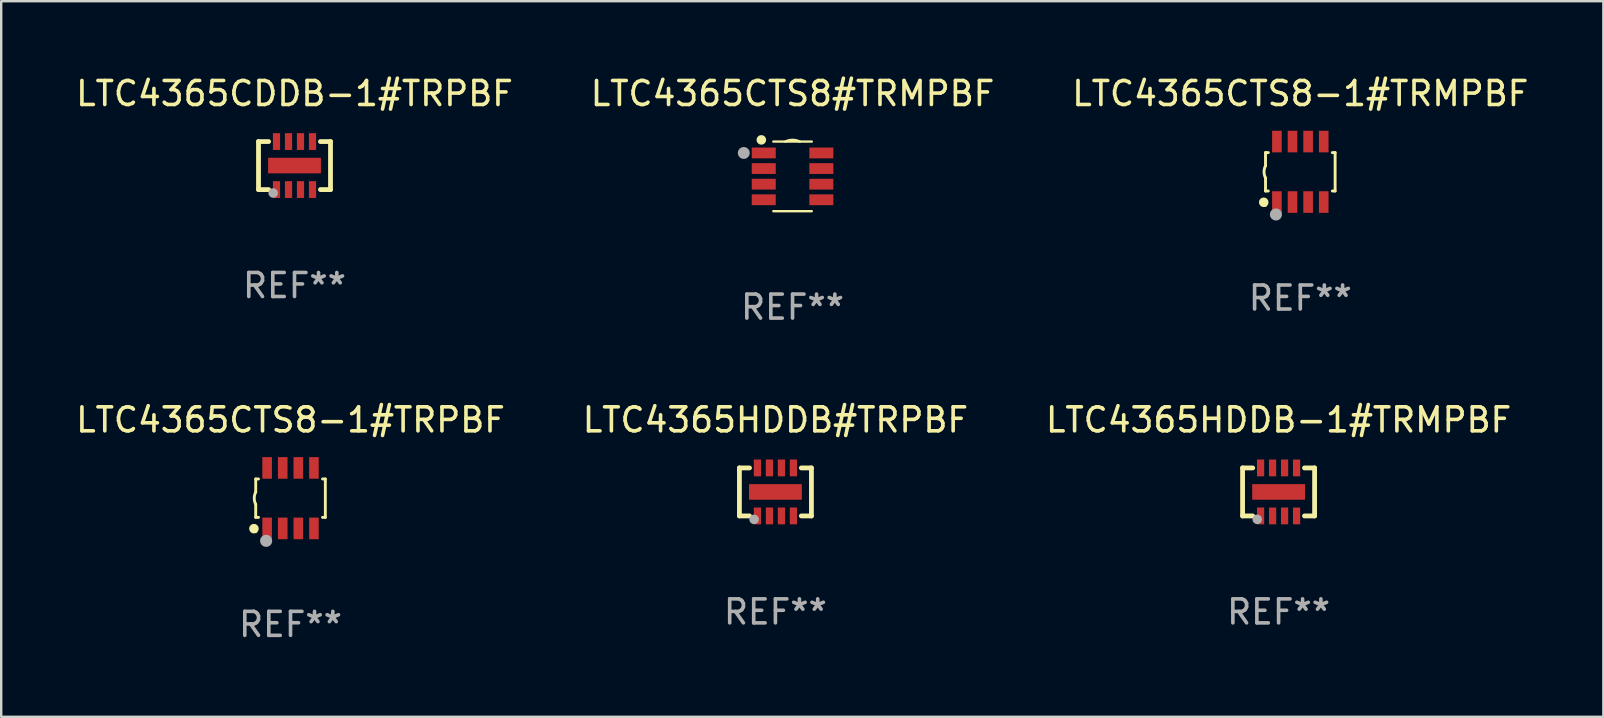
<source format=kicad_pcb>
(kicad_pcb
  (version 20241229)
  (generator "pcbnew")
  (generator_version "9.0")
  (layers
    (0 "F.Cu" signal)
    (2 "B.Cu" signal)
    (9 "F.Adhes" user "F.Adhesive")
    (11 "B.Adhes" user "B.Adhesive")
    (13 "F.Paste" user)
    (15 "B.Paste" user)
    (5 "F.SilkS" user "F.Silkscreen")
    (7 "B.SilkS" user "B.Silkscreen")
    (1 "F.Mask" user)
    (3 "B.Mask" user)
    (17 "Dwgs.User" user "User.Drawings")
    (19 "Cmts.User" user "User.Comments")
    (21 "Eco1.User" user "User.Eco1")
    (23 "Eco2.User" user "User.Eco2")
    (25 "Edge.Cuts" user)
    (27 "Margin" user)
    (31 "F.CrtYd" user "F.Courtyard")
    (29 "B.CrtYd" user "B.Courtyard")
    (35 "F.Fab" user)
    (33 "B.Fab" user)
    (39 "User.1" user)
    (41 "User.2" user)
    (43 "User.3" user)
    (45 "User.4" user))
  (footprint "LTC4365HDDB#TRPBF"
    (layer "F.Cu")
    (at 29.256 17.445)
    (property "Reference" "LTC4365HDDB#TRPBF" (at 0 -3 0) (layer "F.SilkS") (effects (font (size 1 1) (thickness 0.15))))
    (attr through_hole)
    (fp_line (start -1.5 1) (end -1.5 -1) (stroke (width 0.2) (type solid)) (layer "F.SilkS"))
    (fp_line (start -1.5 1) (end -1.079 1) (stroke (width 0.2) (type solid)) (layer "F.SilkS"))
    (fp_line (start -1.079 -1) (end -1.5 -1) (stroke (width 0.2) (type solid)) (layer "F.SilkS"))
    (fp_line (start 1.079 1) (end 1.5 1) (stroke (width 0.2) (type solid)) (layer "F.SilkS"))
    (fp_line (start 1.5 -1) (end 1.079 -1) (stroke (width 0.2) (type solid)) (layer "F.SilkS"))
    (fp_line (start 1.5 1) (end 1.5 -1) (stroke (width 0.2) (type solid)) (layer "F.SilkS"))
    (fp_circle (center -1.5 1) (end -1.47 1) (stroke (width 0.06) (type solid)) (fill no) (layer "F.SilkS"))
    (fp_circle (center -0.889 1.143) (end -0.789 1.143) (stroke (width 0.2) (type solid)) (fill no) (layer "F.Fab"))
    (fp_text user "REF**" (at 0 5 0) (layer "F.Fab") (effects (font (size 1 1) (thickness 0.15))))
    (pad "1" smd rect (at -0.75 1 90) (size 0.7 0.3) (layers "F.Cu" "F.Mask" "F.Paste"))
    (pad "2" smd rect (at -0.249 1 90) (size 0.7 0.3) (layers "F.Cu" "F.Mask" "F.Paste"))
    (pad "3" smd rect (at 0.25 1 90) (size 0.7 0.3) (layers "F.Cu" "F.Mask" "F.Paste"))
    (pad "4" smd rect (at 0.75 1 90) (size 0.7 0.3) (layers "F.Cu" "F.Mask" "F.Paste"))
    (pad "5" smd rect (at 0.75 -1 90) (size 0.7 0.3) (layers "F.Cu" "F.Mask" "F.Paste"))
    (pad "6" smd rect (at 0.25 -1 90) (size 0.7 0.3) (layers "F.Cu" "F.Mask" "F.Paste"))
    (pad "7" smd rect (at -0.25 -1 90) (size 0.7 0.3) (layers "F.Cu" "F.Mask" "F.Paste"))
    (pad "8" smd rect (at -0.75 -1 90) (size 0.7 0.3) (layers "F.Cu" "F.Mask" "F.Paste"))
    (pad "9" smd rect (at 0 0 180) (size 2.2 0.65) (layers "F.Cu" "F.Mask" "F.Paste")))
  (footprint "LTC4365CTS8-1#TRMPBF"
    (layer "F.Cu")
    (at 51.125 4.108)
    (property "Reference" "LTC4365CTS8-1#TRMPBF" (at 0 -3.26 0) (layer "F.SilkS") (effects (font (size 1 1) (thickness 0.15))))
    (attr through_hole)
    (fp_line (start -1.45 -0.8) (end -1.45 -0.254) (stroke (width 0.12) (type solid)) (layer "F.SilkS"))
    (fp_line (start -1.45 -0.8) (end -1.334 -0.8) (stroke (width 0.12) (type solid)) (layer "F.SilkS"))
    (fp_line (start -1.45 0.8) (end -1.45 0.254) (stroke (width 0.12) (type solid)) (layer "F.SilkS"))
    (fp_line (start -1.45 0.8) (end -1.334 0.8) (stroke (width 0.12) (type solid)) (layer "F.SilkS"))
    (fp_line (start 1.334 -0.8) (end 1.45 -0.8) (stroke (width 0.12) (type solid)) (layer "F.SilkS"))
    (fp_line (start 1.334 0.8) (end 1.45 0.8) (stroke (width 0.12) (type solid)) (layer "F.SilkS"))
    (fp_line (start 1.45 0.8) (end 1.45 -0.8) (stroke (width 0.12) (type solid)) (layer "F.SilkS"))
    (fp_arc (start -1.45075 0.255144) (mid -1.510605 0.000434) (end -1.450013 -0.254102) (stroke (width 0.11999) (type solid)) (layer "F.SilkS"))
    (fp_circle (center -1.524 1.27) (end -1.424 1.27) (stroke (width 0.2) (type solid)) (fill no) (layer "F.SilkS"))
    (fp_circle (center -1.45 1.4) (end -1.42 1.4) (stroke (width 0.06) (type solid)) (fill no) (layer "F.SilkS"))
    (fp_circle (center -1.016 1.778) (end -0.889 1.778) (stroke (width 0.254) (type solid)) (fill no) (layer "F.Fab"))
    (fp_text user "REF**" (at 0 5.26 0) (layer "F.Fab") (effects (font (size 1 1) (thickness 0.15))))
    (pad "1" smd rect (at -0.975 1.26) (size 0.4 0.9) (layers "F.Cu" "F.Mask" "F.Paste"))
    (pad "2" smd rect (at -0.325 1.26) (size 0.4 0.9) (layers "F.Cu" "F.Mask" "F.Paste"))
    (pad "3" smd rect (at 0.325 1.26) (size 0.4 0.9) (layers "F.Cu" "F.Mask" "F.Paste"))
    (pad "4" smd rect (at 0.975 1.26) (size 0.4 0.9) (layers "F.Cu" "F.Mask" "F.Paste"))
    (pad "5" smd rect (at 0.975 -1.26) (size 0.4 0.9) (layers "F.Cu" "F.Mask" "F.Paste"))
    (pad "6" smd rect (at 0.325 -1.26) (size 0.4 0.9) (layers "F.Cu" "F.Mask" "F.Paste"))
    (pad "7" smd rect (at -0.325 -1.26) (size 0.4 0.9) (layers "F.Cu" "F.Mask" "F.Paste"))
    (pad "8" smd rect (at -0.975 -1.26) (size 0.4 0.9) (layers "F.Cu" "F.Mask" "F.Paste")))
  (footprint "LTC4365CTS8-1#TRPBF"
    (layer "F.Cu")
    (at 9.054 17.705)
    (property "Reference" "LTC4365CTS8-1#TRPBF" (at 0 -3.26 0) (layer "F.SilkS") (effects (font (size 1 1) (thickness 0.15))))
    (attr through_hole)
    (fp_line (start -1.45 -0.8) (end -1.45 -0.254) (stroke (width 0.12) (type solid)) (layer "F.SilkS"))
    (fp_line (start -1.45 -0.8) (end -1.334 -0.8) (stroke (width 0.12) (type solid)) (layer "F.SilkS"))
    (fp_line (start -1.45 0.8) (end -1.45 0.254) (stroke (width 0.12) (type solid)) (layer "F.SilkS"))
    (fp_line (start -1.45 0.8) (end -1.334 0.8) (stroke (width 0.12) (type solid)) (layer "F.SilkS"))
    (fp_line (start 1.334 -0.8) (end 1.45 -0.8) (stroke (width 0.12) (type solid)) (layer "F.SilkS"))
    (fp_line (start 1.334 0.8) (end 1.45 0.8) (stroke (width 0.12) (type solid)) (layer "F.SilkS"))
    (fp_line (start 1.45 0.8) (end 1.45 -0.8) (stroke (width 0.12) (type solid)) (layer "F.SilkS"))
    (fp_arc (start -1.45075 0.255144) (mid -1.510605 0.000434) (end -1.450013 -0.254102) (stroke (width 0.11999) (type solid)) (layer "F.SilkS"))
    (fp_circle (center -1.524 1.27) (end -1.424 1.27) (stroke (width 0.2) (type solid)) (fill no) (layer "F.SilkS"))
    (fp_circle (center -1.45 1.4) (end -1.42 1.4) (stroke (width 0.06) (type solid)) (fill no) (layer "F.SilkS"))
    (fp_circle (center -1.016 1.778) (end -0.889 1.778) (stroke (width 0.254) (type solid)) (fill no) (layer "F.Fab"))
    (fp_text user "REF**" (at 0 5.26 0) (layer "F.Fab") (effects (font (size 1 1) (thickness 0.15))))
    (pad "1" smd rect (at -0.975 1.26) (size 0.4 0.9) (layers "F.Cu" "F.Mask" "F.Paste"))
    (pad "2" smd rect (at -0.325 1.26) (size 0.4 0.9) (layers "F.Cu" "F.Mask" "F.Paste"))
    (pad "3" smd rect (at 0.325 1.26) (size 0.4 0.9) (layers "F.Cu" "F.Mask" "F.Paste"))
    (pad "4" smd rect (at 0.975 1.26) (size 0.4 0.9) (layers "F.Cu" "F.Mask" "F.Paste"))
    (pad "5" smd rect (at 0.975 -1.26) (size 0.4 0.9) (layers "F.Cu" "F.Mask" "F.Paste"))
    (pad "6" smd rect (at 0.325 -1.26) (size 0.4 0.9) (layers "F.Cu" "F.Mask" "F.Paste"))
    (pad "7" smd rect (at -0.325 -1.26) (size 0.4 0.9) (layers "F.Cu" "F.Mask" "F.Paste"))
    (pad "8" smd rect (at -0.975 -1.26) (size 0.4 0.9) (layers "F.Cu" "F.Mask" "F.Paste")))
  (footprint "LTC4365CDDB-1#TRPBF"
    (layer "F.Cu")
    (at 9.22 3.848)
    (property "Reference" "LTC4365CDDB-1#TRPBF" (at 0 -3 0) (layer "F.SilkS") (effects (font (size 1 1) (thickness 0.15))))
    (attr through_hole)
    (fp_line (start -1.5 1) (end -1.5 -1) (stroke (width 0.2) (type solid)) (layer "F.SilkS"))
    (fp_line (start -1.5 1) (end -1.079 1) (stroke (width 0.2) (type solid)) (layer "F.SilkS"))
    (fp_line (start -1.079 -1) (end -1.5 -1) (stroke (width 0.2) (type solid)) (layer "F.SilkS"))
    (fp_line (start 1.079 1) (end 1.5 1) (stroke (width 0.2) (type solid)) (layer "F.SilkS"))
    (fp_line (start 1.5 -1) (end 1.079 -1) (stroke (width 0.2) (type solid)) (layer "F.SilkS"))
    (fp_line (start 1.5 1) (end 1.5 -1) (stroke (width 0.2) (type solid)) (layer "F.SilkS"))
    (fp_circle (center -1.5 1) (end -1.47 1) (stroke (width 0.06) (type solid)) (fill no) (layer "F.SilkS"))
    (fp_circle (center -0.889 1.143) (end -0.789 1.143) (stroke (width 0.2) (type solid)) (fill no) (layer "F.Fab"))
    (fp_text user "REF**" (at 0 5 0) (layer "F.Fab") (effects (font (size 1 1) (thickness 0.15))))
    (pad "1" smd rect (at -0.75 1 90) (size 0.7 0.3) (layers "F.Cu" "F.Mask" "F.Paste"))
    (pad "2" smd rect (at -0.249 1 90) (size 0.7 0.3) (layers "F.Cu" "F.Mask" "F.Paste"))
    (pad "3" smd rect (at 0.25 1 90) (size 0.7 0.3) (layers "F.Cu" "F.Mask" "F.Paste"))
    (pad "4" smd rect (at 0.75 1 90) (size 0.7 0.3) (layers "F.Cu" "F.Mask" "F.Paste"))
    (pad "5" smd rect (at 0.75 -1 90) (size 0.7 0.3) (layers "F.Cu" "F.Mask" "F.Paste"))
    (pad "6" smd rect (at 0.25 -1 90) (size 0.7 0.3) (layers "F.Cu" "F.Mask" "F.Paste"))
    (pad "7" smd rect (at -0.25 -1 90) (size 0.7 0.3) (layers "F.Cu" "F.Mask" "F.Paste"))
    (pad "8" smd rect (at -0.75 -1 90) (size 0.7 0.3) (layers "F.Cu" "F.Mask" "F.Paste"))
    (pad "9" smd rect (at 0 0 180) (size 2.2 0.65) (layers "F.Cu" "F.Mask" "F.Paste")))
  (footprint "LTC4365HDDB-1#TRMPBF"
    (layer "F.Cu")
    (at 50.22 17.445)
    (property "Reference" "LTC4365HDDB-1#TRMPBF" (at 0 -3 0) (layer "F.SilkS") (effects (font (size 1 1) (thickness 0.15))))
    (attr through_hole)
    (fp_line (start -1.5 1) (end -1.5 -1) (stroke (width 0.2) (type solid)) (layer "F.SilkS"))
    (fp_line (start -1.5 1) (end -1.079 1) (stroke (width 0.2) (type solid)) (layer "F.SilkS"))
    (fp_line (start -1.079 -1) (end -1.5 -1) (stroke (width 0.2) (type solid)) (layer "F.SilkS"))
    (fp_line (start 1.079 1) (end 1.5 1) (stroke (width 0.2) (type solid)) (layer "F.SilkS"))
    (fp_line (start 1.5 -1) (end 1.079 -1) (stroke (width 0.2) (type solid)) (layer "F.SilkS"))
    (fp_line (start 1.5 1) (end 1.5 -1) (stroke (width 0.2) (type solid)) (layer "F.SilkS"))
    (fp_circle (center -1.5 1) (end -1.47 1) (stroke (width 0.06) (type solid)) (fill no) (layer "F.SilkS"))
    (fp_circle (center -0.889 1.143) (end -0.789 1.143) (stroke (width 0.2) (type solid)) (fill no) (layer "F.Fab"))
    (fp_text user "REF**" (at 0 5 0) (layer "F.Fab") (effects (font (size 1 1) (thickness 0.15))))
    (pad "1" smd rect (at -0.75 1 90) (size 0.7 0.3) (layers "F.Cu" "F.Mask" "F.Paste"))
    (pad "2" smd rect (at -0.249 1 90) (size 0.7 0.3) (layers "F.Cu" "F.Mask" "F.Paste"))
    (pad "3" smd rect (at 0.25 1 90) (size 0.7 0.3) (layers "F.Cu" "F.Mask" "F.Paste"))
    (pad "4" smd rect (at 0.75 1 90) (size 0.7 0.3) (layers "F.Cu" "F.Mask" "F.Paste"))
    (pad "5" smd rect (at 0.75 -1 90) (size 0.7 0.3) (layers "F.Cu" "F.Mask" "F.Paste"))
    (pad "6" smd rect (at 0.25 -1 90) (size 0.7 0.3) (layers "F.Cu" "F.Mask" "F.Paste"))
    (pad "7" smd rect (at -0.25 -1 90) (size 0.7 0.3) (layers "F.Cu" "F.Mask" "F.Paste"))
    (pad "8" smd rect (at -0.75 -1 90) (size 0.7 0.3) (layers "F.Cu" "F.Mask" "F.Paste"))
    (pad "9" smd rect (at 0 0 180) (size 2.2 0.65) (layers "F.Cu" "F.Mask" "F.Paste")))
  (footprint "LTC4365CTS8#TRMPBF"
    (layer "F.Cu")
    (at 29.97 4.298)
    (property "Reference" "LTC4365CTS8#TRMPBF" (at 0 -3.45 0) (layer "F.SilkS") (effects (font (size 1 1) (thickness 0.15))))
    (attr through_hole)
    (fp_line (start -0.8 -1.45) (end 0.8 -1.45) (stroke (width 0.1) (type solid)) (layer "F.SilkS"))
    (fp_line (start -0.8 1.45) (end 0.8 1.45) (stroke (width 0.1) (type solid)) (layer "F.SilkS"))
    (fp_arc (start -0.3 -1.45) (mid 0 -1.52082) (end 0.3 -1.45) (stroke (width 0.1) (type solid)) (layer "F.SilkS"))
    (fp_circle (center -1.4 -1.45) (end -1.37 -1.45) (stroke (width 0.06) (type solid)) (fill no) (layer "F.SilkS"))
    (fp_circle (center -1.3 -1.52) (end -1.2 -1.52) (stroke (width 0.2) (type solid)) (fill no) (layer "F.SilkS"))
    (fp_circle (center -2.032 -0.975) (end -1.907 -0.975) (stroke (width 0.25) (type solid)) (fill no) (layer "F.Fab"))
    (fp_text user "REF**" (at 0 5.45 0) (layer "F.Fab") (effects (font (size 1 1) (thickness 0.15))))
    (pad "1" smd rect (at -1.2 -0.975) (size 1 0.45) (layers "F.Cu" "F.Mask" "F.Paste"))
    (pad "2" smd rect (at -1.2 -0.325) (size 1 0.45) (layers "F.Cu" "F.Mask" "F.Paste"))
    (pad "3" smd rect (at -1.2 0.325) (size 1 0.45) (layers "F.Cu" "F.Mask" "F.Paste"))
    (pad "4" smd rect (at -1.2 0.975) (size 1 0.45) (layers "F.Cu" "F.Mask" "F.Paste"))
    (pad "5" smd rect (at 1.2 0.975) (size 1 0.45) (layers "F.Cu" "F.Mask" "F.Paste"))
    (pad "6" smd rect (at 1.2 0.325) (size 1 0.45) (layers "F.Cu" "F.Mask" "F.Paste"))
    (pad "7" smd rect (at 1.2 -0.325) (size 1 0.45) (layers "F.Cu" "F.Mask" "F.Paste"))
    (pad "8" smd rect (at 1.2 -0.975) (size 1 0.45) (layers "F.Cu" "F.Mask" "F.Paste")))
  (gr_rect
    (start -3 -3)
    (end 63.75 26.813)
    (stroke (width 0.1) (type default))
    (fill no)
    (layer "Edge.Cuts")))
</source>
